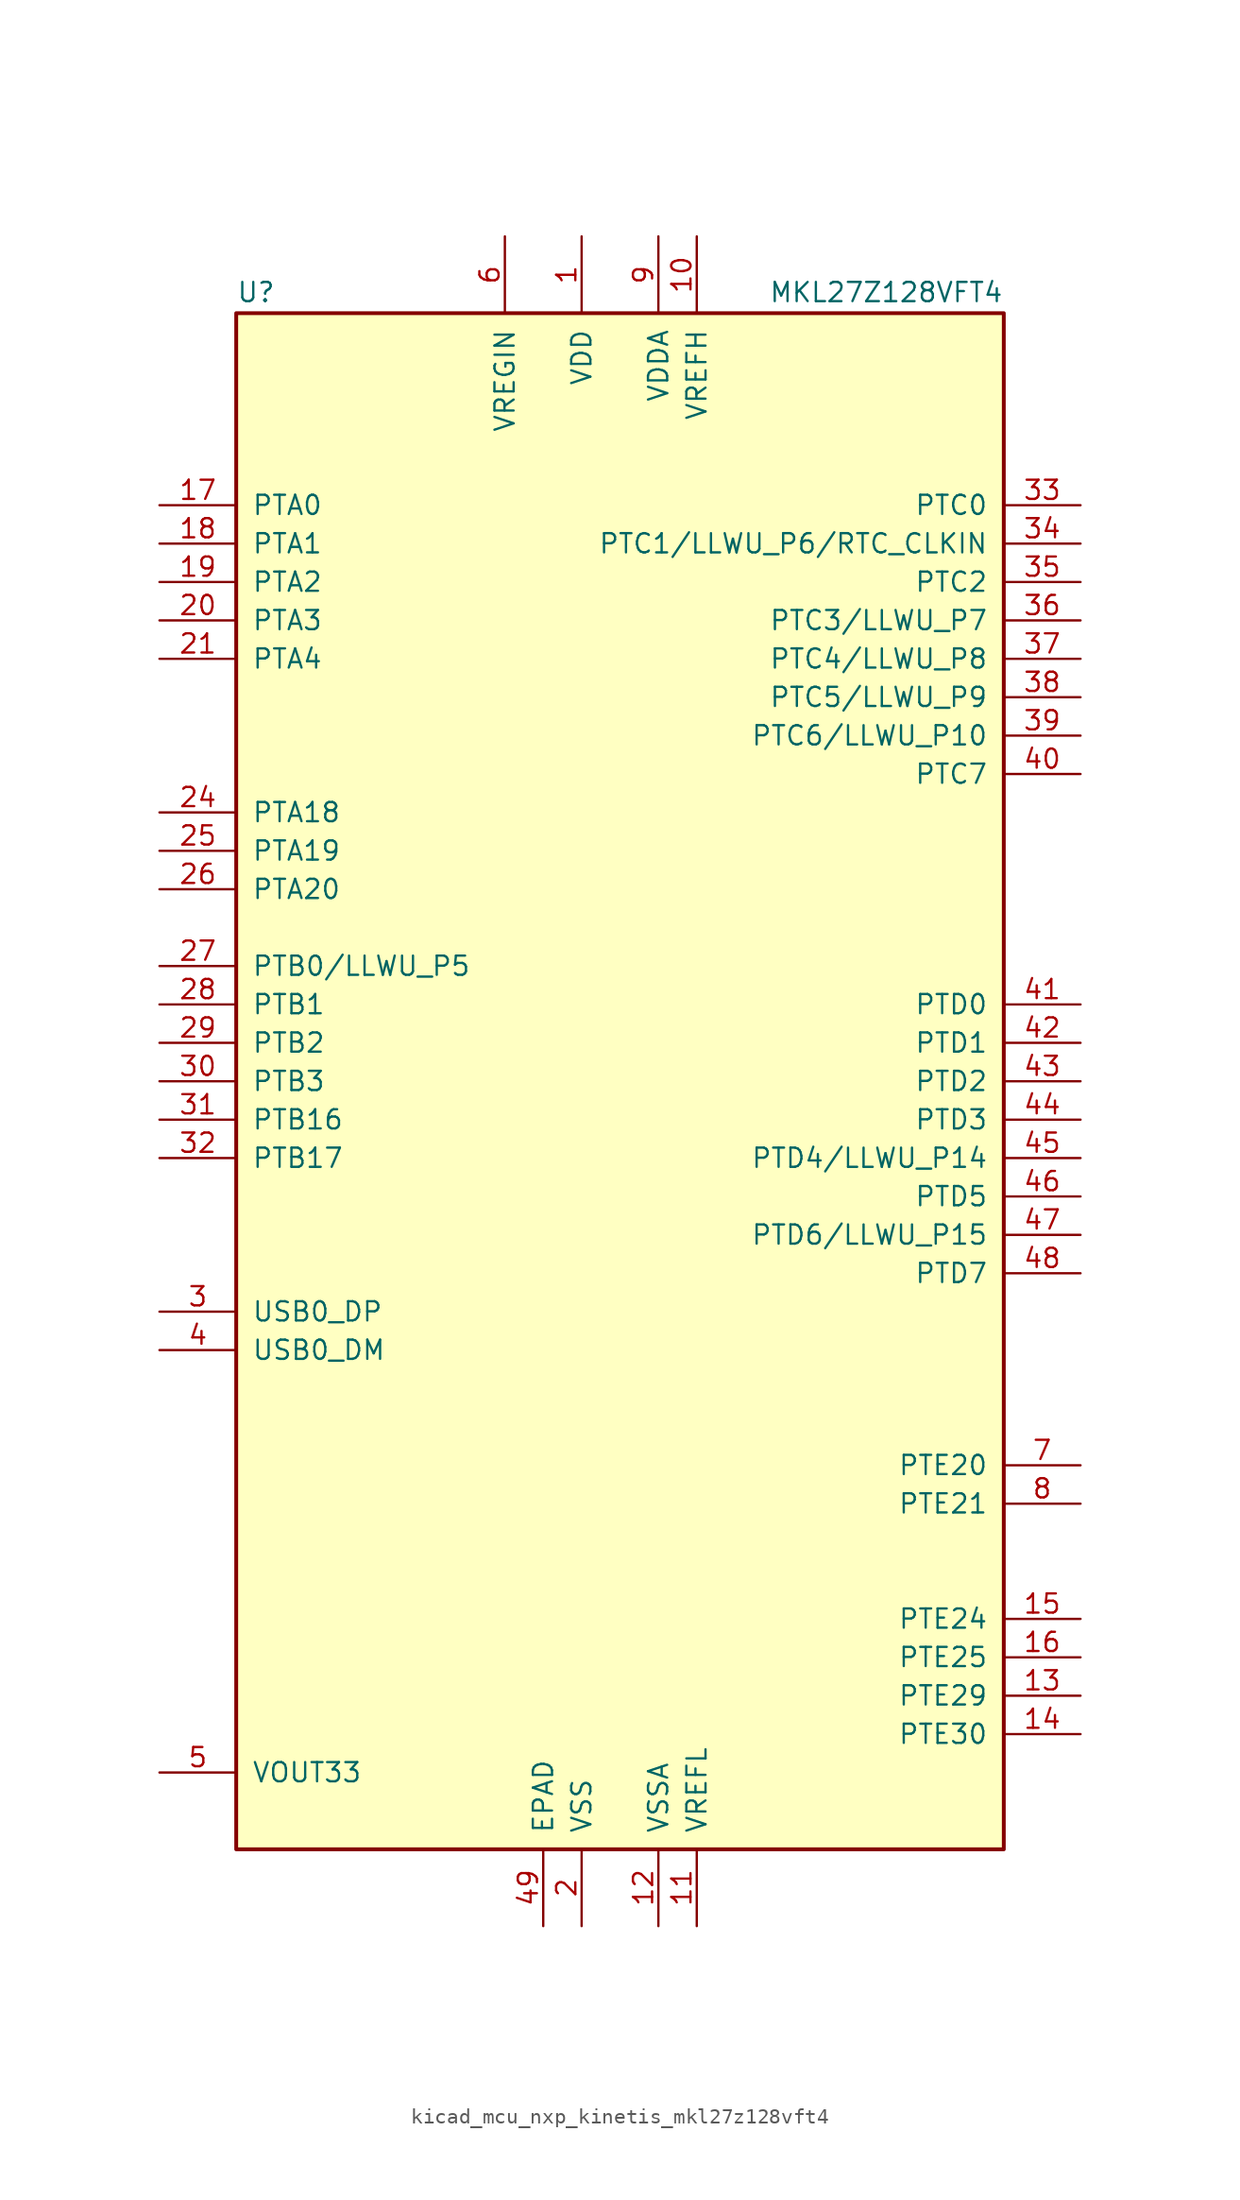
<source format=kicad_sym>
(kicad_symbol_lib
  (version 20220914)
  (generator kicad_symbol_editor)
  (symbol "kicad_mcu_nxp_kinetis_mkl27z128vft4"
    (pin_names
      (offset 1.016))
    (property "Reference" "U"
      (at -25.4 51.435 0)
      (effects (font (size 1.27 1.27)) (justify left bottom)))
    (property "Value" "MKL27Z128VFT4"
      (at 25.4 51.435 0)
      (effects (font (size 1.27 1.27)) (justify right bottom)))
    (symbol "kicad_mcu_nxp_kinetis_mkl27z128vft4_0_1"
      (rectangle (start -25.4 50.8) (end 25.4 -50.8) (stroke (width 0.254) (type default)) (fill (type background))))
    (symbol "kicad_mcu_nxp_kinetis_mkl27z128vft4_1_1"
      (pin power_in line (at -2.54 55.88 270) (length 5.08) (name "VDD" (effects (font (size 1.27 1.27)))) (number "1" (effects (font (size 1.27 1.27)))))
      (pin power_in line (at 5.08 55.88 270) (length 5.08) (name "VREFH" (effects (font (size 1.27 1.27)))) (number "10" (effects (font (size 1.27 1.27)))))
      (pin power_in line (at 5.08 -55.88 90) (length 5.08) (name "VREFL" (effects (font (size 1.27 1.27)))) (number "11" (effects (font (size 1.27 1.27)))))
      (pin power_in line (at 2.54 -55.88 90) (length 5.08) (name "VSSA" (effects (font (size 1.27 1.27)))) (number "12" (effects (font (size 1.27 1.27)))))
      (pin bidirectional line (at 30.48 -40.64 180) (length 5.08) (name "PTE29" (effects (font (size 1.27 1.27)))) (number "13" (effects (font (size 1.27 1.27)))))
      (pin bidirectional line (at 30.48 -43.18 180) (length 5.08) (name "PTE30" (effects (font (size 1.27 1.27)))) (number "14" (effects (font (size 1.27 1.27)))))
      (pin bidirectional line (at 30.48 -35.56 180) (length 5.08) (name "PTE24" (effects (font (size 1.27 1.27)))) (number "15" (effects (font (size 1.27 1.27)))))
      (pin bidirectional line (at 30.48 -38.1 180) (length 5.08) (name "PTE25" (effects (font (size 1.27 1.27)))) (number "16" (effects (font (size 1.27 1.27)))))
      (pin bidirectional line (at -30.48 38.1 0) (length 5.08) (name "PTA0" (effects (font (size 1.27 1.27)))) (number "17" (effects (font (size 1.27 1.27)))))
      (pin bidirectional line (at -30.48 35.56 0) (length 5.08) (name "PTA1" (effects (font (size 1.27 1.27)))) (number "18" (effects (font (size 1.27 1.27)))))
      (pin bidirectional line (at -30.48 33.02 0) (length 5.08) (name "PTA2" (effects (font (size 1.27 1.27)))) (number "19" (effects (font (size 1.27 1.27)))))
      (pin power_in line (at -2.54 -55.88 90) (length 5.08) (name "VSS" (effects (font (size 1.27 1.27)))) (number "2" (effects (font (size 1.27 1.27)))))
      (pin bidirectional line (at -30.48 30.48 0) (length 5.08) (name "PTA3" (effects (font (size 1.27 1.27)))) (number "20" (effects (font (size 1.27 1.27)))))
      (pin bidirectional line (at -30.48 27.94 0) (length 5.08) (name "PTA4" (effects (font (size 1.27 1.27)))) (number "21" (effects (font (size 1.27 1.27)))))
      (pin passive line (at -2.54 55.88 270) (length 5.08) hide (name "VDD" (effects (font (size 1.27 1.27)))) (number "22" (effects (font (size 1.27 1.27)))))
      (pin passive line (at -2.54 -55.88 90) (length 5.08) hide (name "VSS" (effects (font (size 1.27 1.27)))) (number "23" (effects (font (size 1.27 1.27)))))
      (pin bidirectional line (at -30.48 17.78 0) (length 5.08) (name "PTA18" (effects (font (size 1.27 1.27)))) (number "24" (effects (font (size 1.27 1.27)))))
      (pin bidirectional line (at -30.48 15.24 0) (length 5.08) (name "PTA19" (effects (font (size 1.27 1.27)))) (number "25" (effects (font (size 1.27 1.27)))))
      (pin bidirectional line (at -30.48 12.7 0) (length 5.08) (name "PTA20" (effects (font (size 1.27 1.27)))) (number "26" (effects (font (size 1.27 1.27)))))
      (pin bidirectional line (at -30.48 7.62 0) (length 5.08) (name "PTB0/LLWU_P5" (effects (font (size 1.27 1.27)))) (number "27" (effects (font (size 1.27 1.27)))))
      (pin bidirectional line (at -30.48 5.08 0) (length 5.08) (name "PTB1" (effects (font (size 1.27 1.27)))) (number "28" (effects (font (size 1.27 1.27)))))
      (pin bidirectional line (at -30.48 2.54 0) (length 5.08) (name "PTB2" (effects (font (size 1.27 1.27)))) (number "29" (effects (font (size 1.27 1.27)))))
      (pin bidirectional line (at -30.48 -15.24 0) (length 5.08) (name "USB0_DP" (effects (font (size 1.27 1.27)))) (number "3" (effects (font (size 1.27 1.27)))))
      (pin bidirectional line (at -30.48 0 0) (length 5.08) (name "PTB3" (effects (font (size 1.27 1.27)))) (number "30" (effects (font (size 1.27 1.27)))))
      (pin bidirectional line (at -30.48 -2.54 0) (length 5.08) (name "PTB16" (effects (font (size 1.27 1.27)))) (number "31" (effects (font (size 1.27 1.27)))))
      (pin bidirectional line (at -30.48 -5.08 0) (length 5.08) (name "PTB17" (effects (font (size 1.27 1.27)))) (number "32" (effects (font (size 1.27 1.27)))))
      (pin bidirectional line (at 30.48 38.1 180) (length 5.08) (name "PTC0" (effects (font (size 1.27 1.27)))) (number "33" (effects (font (size 1.27 1.27)))))
      (pin bidirectional line (at 30.48 35.56 180) (length 5.08) (name "PTC1/LLWU_P6/RTC_CLKIN" (effects (font (size 1.27 1.27)))) (number "34" (effects (font (size 1.27 1.27)))))
      (pin bidirectional line (at 30.48 33.02 180) (length 5.08) (name "PTC2" (effects (font (size 1.27 1.27)))) (number "35" (effects (font (size 1.27 1.27)))))
      (pin bidirectional line (at 30.48 30.48 180) (length 5.08) (name "PTC3/LLWU_P7" (effects (font (size 1.27 1.27)))) (number "36" (effects (font (size 1.27 1.27)))))
      (pin bidirectional line (at 30.48 27.94 180) (length 5.08) (name "PTC4/LLWU_P8" (effects (font (size 1.27 1.27)))) (number "37" (effects (font (size 1.27 1.27)))))
      (pin bidirectional line (at 30.48 25.4 180) (length 5.08) (name "PTC5/LLWU_P9" (effects (font (size 1.27 1.27)))) (number "38" (effects (font (size 1.27 1.27)))))
      (pin bidirectional line (at 30.48 22.86 180) (length 5.08) (name "PTC6/LLWU_P10" (effects (font (size 1.27 1.27)))) (number "39" (effects (font (size 1.27 1.27)))))
      (pin bidirectional line (at -30.48 -17.78 0) (length 5.08) (name "USB0_DM" (effects (font (size 1.27 1.27)))) (number "4" (effects (font (size 1.27 1.27)))))
      (pin bidirectional line (at 30.48 20.32 180) (length 5.08) (name "PTC7" (effects (font (size 1.27 1.27)))) (number "40" (effects (font (size 1.27 1.27)))))
      (pin bidirectional line (at 30.48 5.08 180) (length 5.08) (name "PTD0" (effects (font (size 1.27 1.27)))) (number "41" (effects (font (size 1.27 1.27)))))
      (pin bidirectional line (at 30.48 2.54 180) (length 5.08) (name "PTD1" (effects (font (size 1.27 1.27)))) (number "42" (effects (font (size 1.27 1.27)))))
      (pin bidirectional line (at 30.48 0 180) (length 5.08) (name "PTD2" (effects (font (size 1.27 1.27)))) (number "43" (effects (font (size 1.27 1.27)))))
      (pin bidirectional line (at 30.48 -2.54 180) (length 5.08) (name "PTD3" (effects (font (size 1.27 1.27)))) (number "44" (effects (font (size 1.27 1.27)))))
      (pin bidirectional line (at 30.48 -5.08 180) (length 5.08) (name "PTD4/LLWU_P14" (effects (font (size 1.27 1.27)))) (number "45" (effects (font (size 1.27 1.27)))))
      (pin bidirectional line (at 30.48 -7.62 180) (length 5.08) (name "PTD5" (effects (font (size 1.27 1.27)))) (number "46" (effects (font (size 1.27 1.27)))))
      (pin bidirectional line (at 30.48 -10.16 180) (length 5.08) (name "PTD6/LLWU_P15" (effects (font (size 1.27 1.27)))) (number "47" (effects (font (size 1.27 1.27)))))
      (pin bidirectional line (at 30.48 -12.7 180) (length 5.08) (name "PTD7" (effects (font (size 1.27 1.27)))) (number "48" (effects (font (size 1.27 1.27)))))
      (pin power_in line (at -5.08 -55.88 90) (length 5.08) (name "EPAD" (effects (font (size 1.27 1.27)))) (number "49" (effects (font (size 1.27 1.27)))))
      (pin power_out line (at -30.48 -45.72 0) (length 5.08) (name "VOUT33" (effects (font (size 1.27 1.27)))) (number "5" (effects (font (size 1.27 1.27)))))
      (pin power_in line (at -7.62 55.88 270) (length 5.08) (name "VREGIN" (effects (font (size 1.27 1.27)))) (number "6" (effects (font (size 1.27 1.27)))))
      (pin bidirectional line (at 30.48 -25.4 180) (length 5.08) (name "PTE20" (effects (font (size 1.27 1.27)))) (number "7" (effects (font (size 1.27 1.27)))))
      (pin bidirectional line (at 30.48 -27.94 180) (length 5.08) (name "PTE21" (effects (font (size 1.27 1.27)))) (number "8" (effects (font (size 1.27 1.27)))))
      (pin power_in line (at 2.54 55.88 270) (length 5.08) (name "VDDA" (effects (font (size 1.27 1.27)))) (number "9" (effects (font (size 1.27 1.27))))))))
</source>
